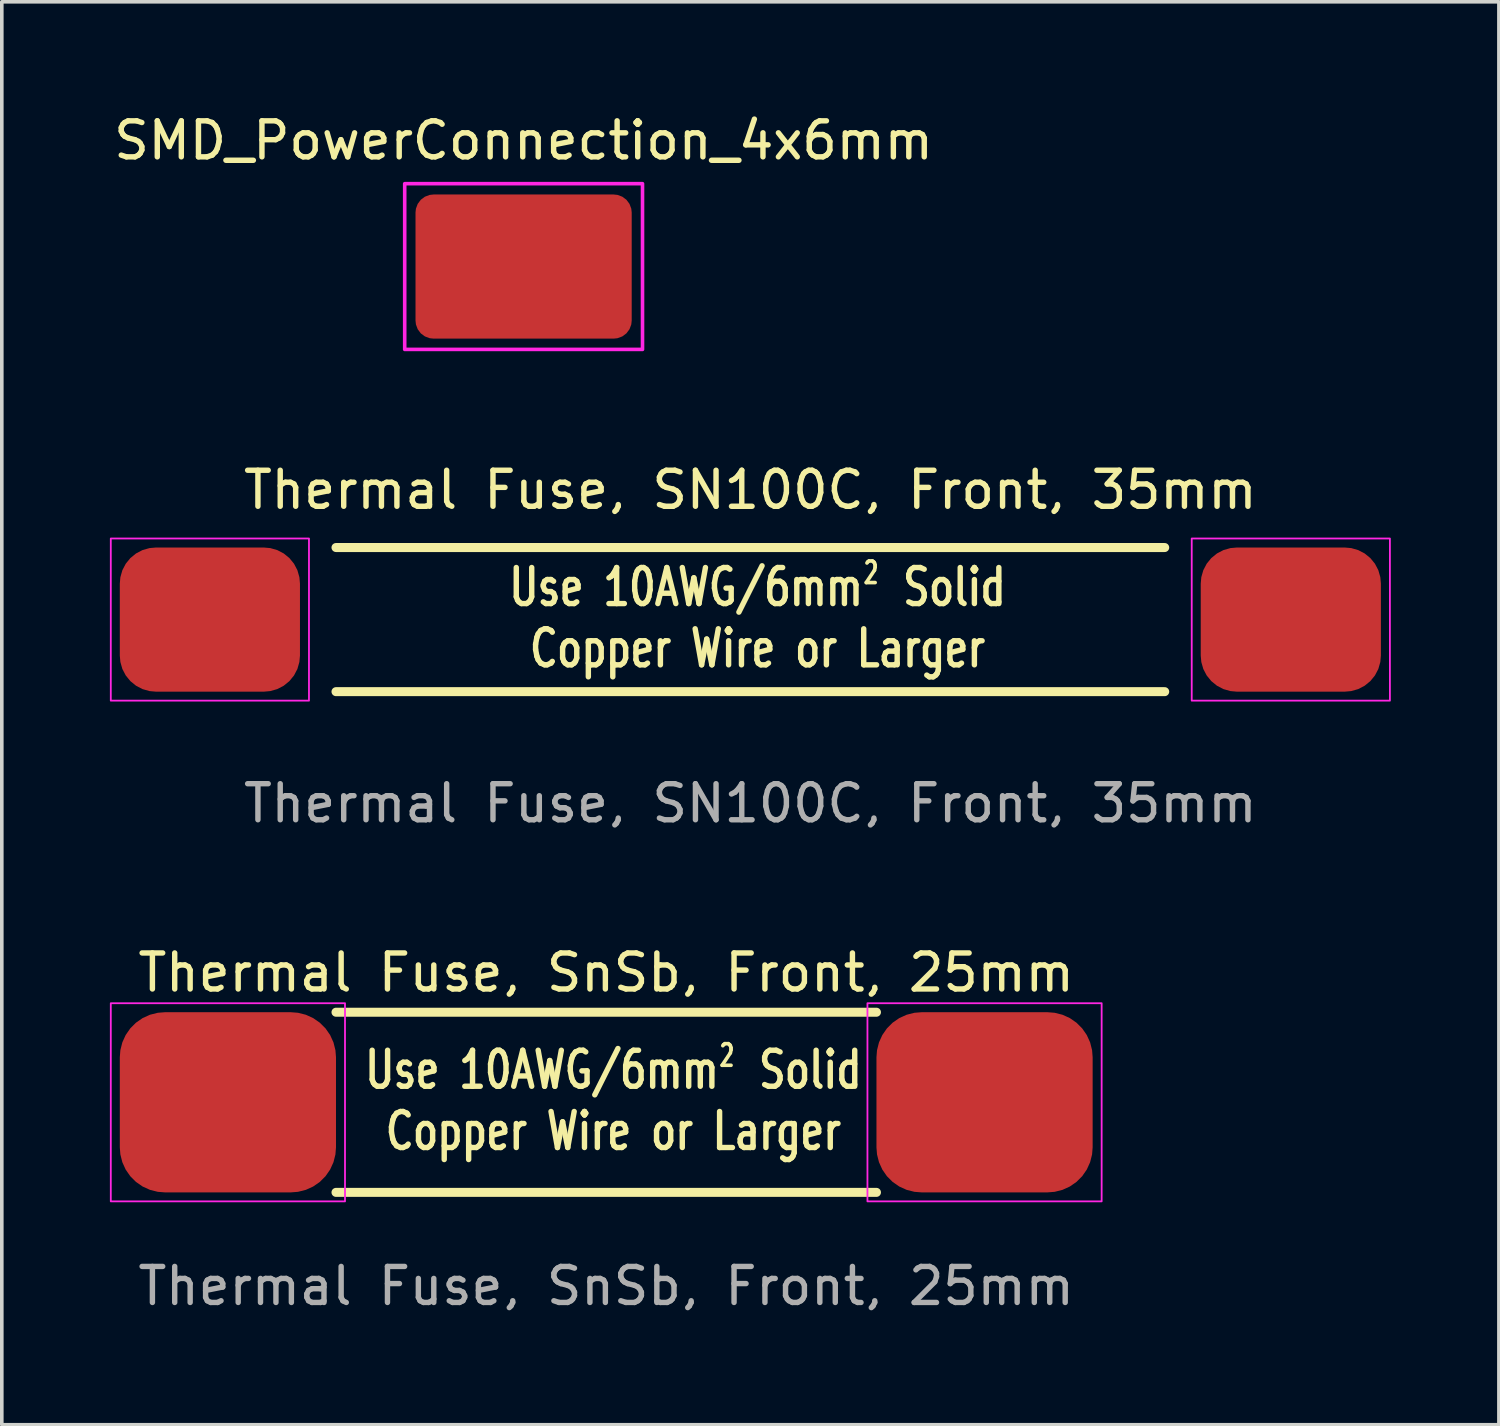
<source format=kicad_pcb>
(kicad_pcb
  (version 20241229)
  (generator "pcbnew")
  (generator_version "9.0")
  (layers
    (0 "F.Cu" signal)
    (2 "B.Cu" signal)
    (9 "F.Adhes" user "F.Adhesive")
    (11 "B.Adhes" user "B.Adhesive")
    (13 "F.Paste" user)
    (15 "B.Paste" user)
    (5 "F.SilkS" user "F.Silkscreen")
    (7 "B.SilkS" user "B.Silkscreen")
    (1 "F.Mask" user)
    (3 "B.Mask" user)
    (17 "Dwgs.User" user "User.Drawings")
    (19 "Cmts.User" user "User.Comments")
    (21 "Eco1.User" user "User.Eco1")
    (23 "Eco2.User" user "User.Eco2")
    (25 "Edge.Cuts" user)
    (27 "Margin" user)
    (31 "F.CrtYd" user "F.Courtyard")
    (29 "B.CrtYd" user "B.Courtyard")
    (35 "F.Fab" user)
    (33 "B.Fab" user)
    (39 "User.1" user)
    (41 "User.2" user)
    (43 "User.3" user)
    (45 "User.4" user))
  (footprint "Thermal Fuse, SnSb, Front, 25mm"
    (layer "F.Cu")
    (at 13.775 27.543)
    (property "Reference" "Thermal Fuse, SnSb, Front, 25mm" (at 0 -3.6 0) (unlocked yes) (layer "F.SilkS") (effects (font (size 1 1) (thickness 0.15))))
    (attr smd)
    (fp_line (start -7.5 -2.5) (end 7.5 -2.5) (stroke (width 0.25) (type solid)) (layer "F.SilkS"))
    (fp_line (start -7.5 2.5) (end 7.5 2.5) (stroke (width 0.25) (type solid)) (layer "F.SilkS"))
    (fp_rect (start -13.75 -2.75) (end -7.25 2.75) (stroke (width 0.05) (type solid)) (fill no) (layer "F.CrtYd"))
    (fp_rect (start 7.25 -2.75) (end 13.75 2.75) (stroke (width 0.05) (type solid)) (fill no) (layer "F.CrtYd"))
    (fp_text user "Use 10AWG/6mm  Solid" (at 0.2 -0.9 0) (unlocked yes) (layer "F.SilkS") (effects (font (size 1 0.75) (thickness 0.15))))
    (fp_text user "Copper Wire or Larger" (at 0.2 0.8 0) (unlocked yes) (layer "F.SilkS") (effects (font (size 1 0.75) (thickness 0.15))))
    (fp_text user "2" (at 3.35 -1.3 0) (unlocked yes) (layer "F.SilkS") (effects (font (size 0.6 0.4) (thickness 0.1))))
    (fp_text user "${REFERENCE}" (at 0 5.1 0) (unlocked yes) (layer "F.Fab") (effects (font (size 1 1) (thickness 0.15))))
    (pad "1" smd roundrect (at -10.5 0) (size 6 5) (layers "F.Cu" "F.Mask") (roundrect_rratio 0.25))
    (pad "2" smd roundrect (at 10.5 0) (size 6 5) (layers "F.Cu" "F.Mask") (roundrect_rratio 0.25)))
  (footprint "SMD_PowerConnection_4x6mm"
    (layer "F.Cu")
    (at 11.482 4.348)
    (property "Reference" "SMD_PowerConnection_4x6mm" (at 0 -3.5 0) (layer "F.SilkS") (effects (font (size 1 1) (thickness 0.15))))
    (attr exclude_from_pos_files exclude_from_bom)
    (fp_rect (start -3.3 -2.3) (end 3.3 2.3) (stroke (width 0.1) (type solid)) (fill no) (layer "F.CrtYd"))
    (pad "1" smd roundrect (at 0 0) (size 6 4) (layers "F.Cu" "F.Mask" "F.Paste") (roundrect_rratio 0.125)))
  (footprint "Thermal Fuse, SN100C, Front, 35mm"
    (layer "F.Cu")
    (at 17.775 14.146)
    (property "Reference" "Thermal Fuse, SN100C, Front, 35mm" (at 0 -3.6 0) (unlocked yes) (layer "F.SilkS") (effects (font (size 1 1) (thickness 0.15))))
    (attr smd)
    (fp_line (start -11.5 -2) (end 11.5 -2) (stroke (width 0.25) (type solid)) (layer "F.SilkS"))
    (fp_line (start -11.5 2) (end 11.5 2) (stroke (width 0.25) (type solid)) (layer "F.SilkS"))
    (fp_rect (start -17.75 -2.25) (end -12.25 2.25) (stroke (width 0.05) (type solid)) (fill no) (layer "F.CrtYd"))
    (fp_rect (start 12.25 -2.25) (end 17.75 2.25) (stroke (width 0.05) (type solid)) (fill no) (layer "F.CrtYd"))
    (fp_text user "2" (at 3.35 -1.3 0) (unlocked yes) (layer "F.SilkS") (effects (font (size 0.6 0.4) (thickness 0.1))))
    (fp_text user "Use 10AWG/6mm  Solid" (at 0.2 -0.9 0) (unlocked yes) (layer "F.SilkS") (effects (font (size 1 0.75) (thickness 0.15))))
    (fp_text user "Copper Wire or Larger" (at 0.2 0.8 0) (unlocked yes) (layer "F.SilkS") (effects (font (size 1 0.75) (thickness 0.15))))
    (fp_text user "${REFERENCE}" (at 0 5.1 0) (unlocked yes) (layer "F.Fab") (effects (font (size 1 1) (thickness 0.15))))
    (pad "1" smd roundrect (at -15 0) (size 5 4) (layers "F.Cu" "F.Mask") (roundrect_rratio 0.25))
    (pad "2" smd roundrect (at 15 0) (size 5 4) (layers "F.Cu" "F.Mask") (roundrect_rratio 0.25)))
  (gr_rect
    (start -3 -3)
    (end 38.55 36.491)
    (stroke (width 0.1) (type default))
    (fill no)
    (layer "Edge.Cuts")))
</source>
